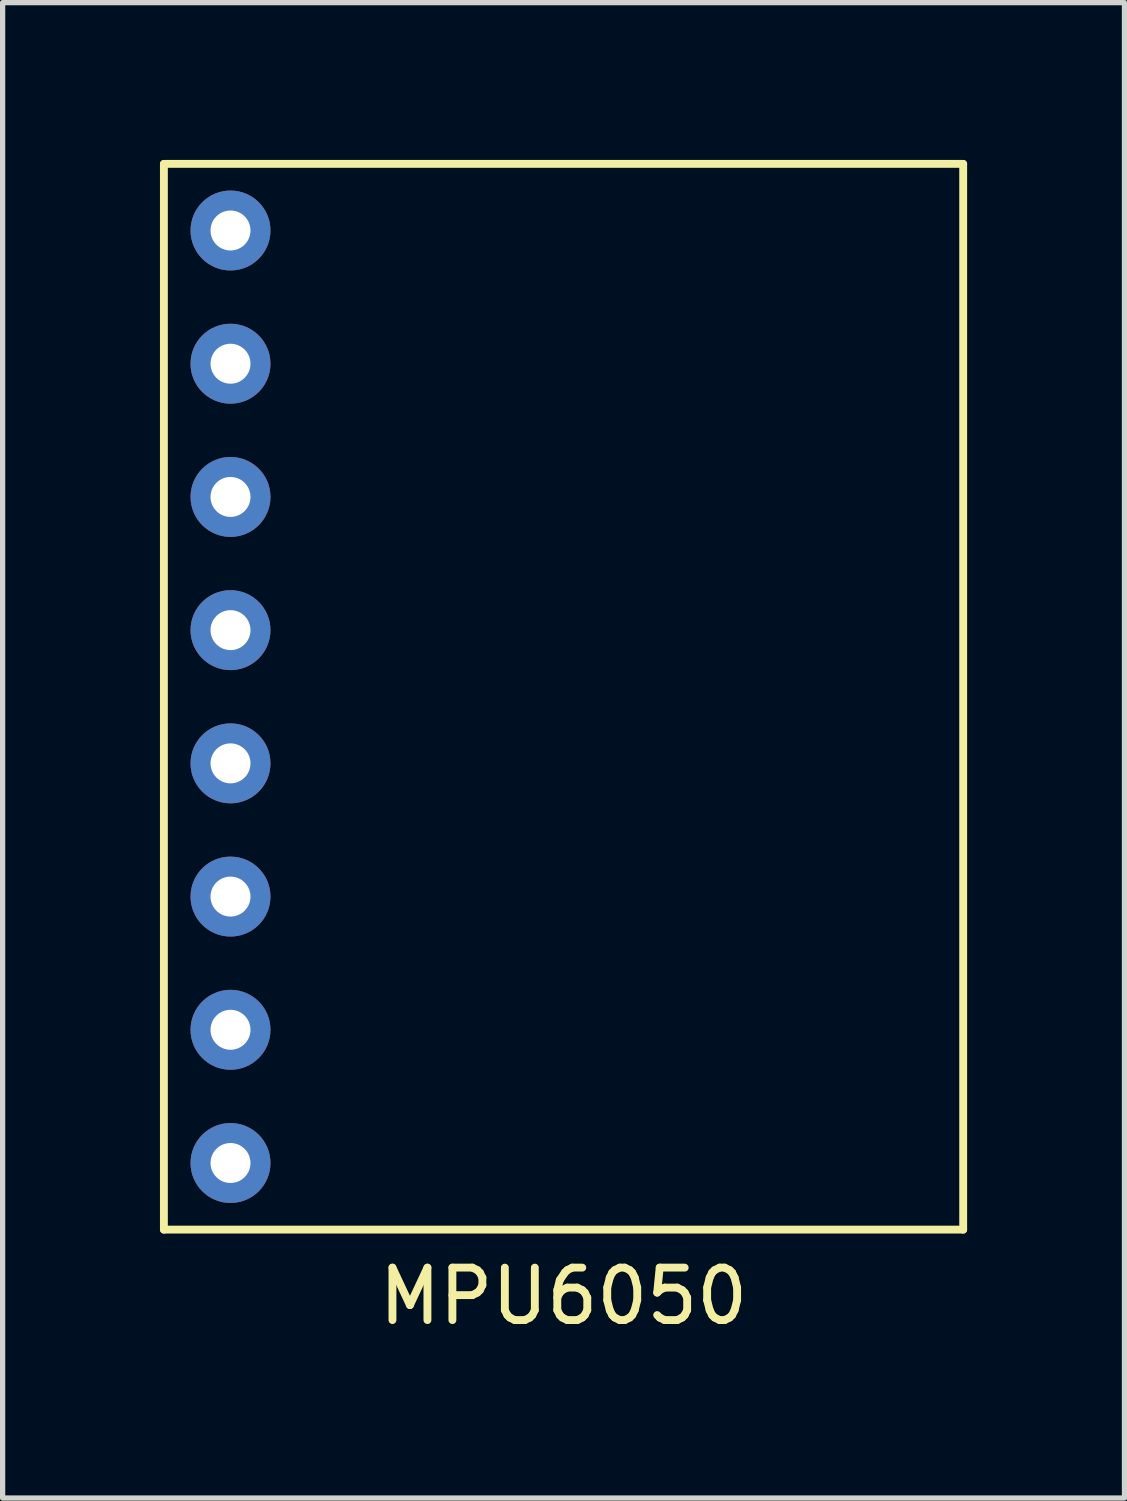
<source format=kicad_pcb>
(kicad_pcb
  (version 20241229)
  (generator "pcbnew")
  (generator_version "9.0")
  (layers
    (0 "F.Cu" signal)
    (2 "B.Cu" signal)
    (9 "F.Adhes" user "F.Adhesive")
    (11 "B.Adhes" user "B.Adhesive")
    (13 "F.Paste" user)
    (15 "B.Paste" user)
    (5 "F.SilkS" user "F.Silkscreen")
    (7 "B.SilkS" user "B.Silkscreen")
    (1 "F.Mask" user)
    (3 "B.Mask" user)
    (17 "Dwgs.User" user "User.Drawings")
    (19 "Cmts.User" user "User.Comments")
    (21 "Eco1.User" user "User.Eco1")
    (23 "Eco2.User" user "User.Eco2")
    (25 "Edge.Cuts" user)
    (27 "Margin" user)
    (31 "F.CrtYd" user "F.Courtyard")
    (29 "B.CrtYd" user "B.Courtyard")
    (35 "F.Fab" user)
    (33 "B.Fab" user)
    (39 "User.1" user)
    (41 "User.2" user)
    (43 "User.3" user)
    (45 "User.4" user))
  (footprint "MPU6050"
    (layer "F.Cu")
    (at 1.345 1.345)
    (property "Reference" "MPU6050" (at 6.35 20.32 0) (layer "F.SilkS") (effects (font (size 1 1) (thickness 0.15))))
    (attr through_hole)
    (fp_line (start -1.27 -1.27) (end -1.27 19.05) (stroke (width 0.15) (type solid)) (layer "F.SilkS"))
    (fp_line (start -1.27 19.05) (end 13.97 19.05) (stroke (width 0.15) (type solid)) (layer "F.SilkS"))
    (fp_line (start 13.97 -1.27) (end -1.27 -1.27) (stroke (width 0.15) (type solid)) (layer "F.SilkS"))
    (fp_line (start 13.97 19.05) (end 13.97 -1.27) (stroke (width 0.15) (type solid)) (layer "F.SilkS"))
    (pad "1" thru_hole circle (at 0 0) (size 1.524 1.524) (drill 0.762) (layers "*.Cu" "*.Mask"))
    (pad "2" thru_hole circle (at 0 2.54) (size 1.524 1.524) (drill 0.762) (layers "*.Cu" "*.Mask"))
    (pad "3" thru_hole circle (at 0 5.08) (size 1.524 1.524) (drill 0.762) (layers "*.Cu" "*.Mask"))
    (pad "4" thru_hole circle (at 0 7.62) (size 1.524 1.524) (drill 0.762) (layers "*.Cu" "*.Mask"))
    (pad "5" thru_hole circle (at 0 10.16) (size 1.524 1.524) (drill 0.762) (layers "*.Cu" "*.Mask"))
    (pad "6" thru_hole circle (at 0 12.7) (size 1.524 1.524) (drill 0.762) (layers "*.Cu" "*.Mask"))
    (pad "7" thru_hole circle (at 0 15.24) (size 1.524 1.524) (drill 0.762) (layers "*.Cu" "*.Mask"))
    (pad "8" thru_hole circle (at 0 17.78) (size 1.524 1.524) (drill 0.762) (layers "*.Cu" "*.Mask")))
  (gr_rect
    (start -3 -3)
    (end 18.39 25.513)
    (stroke (width 0.1) (type default))
    (fill no)
    (layer "Edge.Cuts")))
</source>
